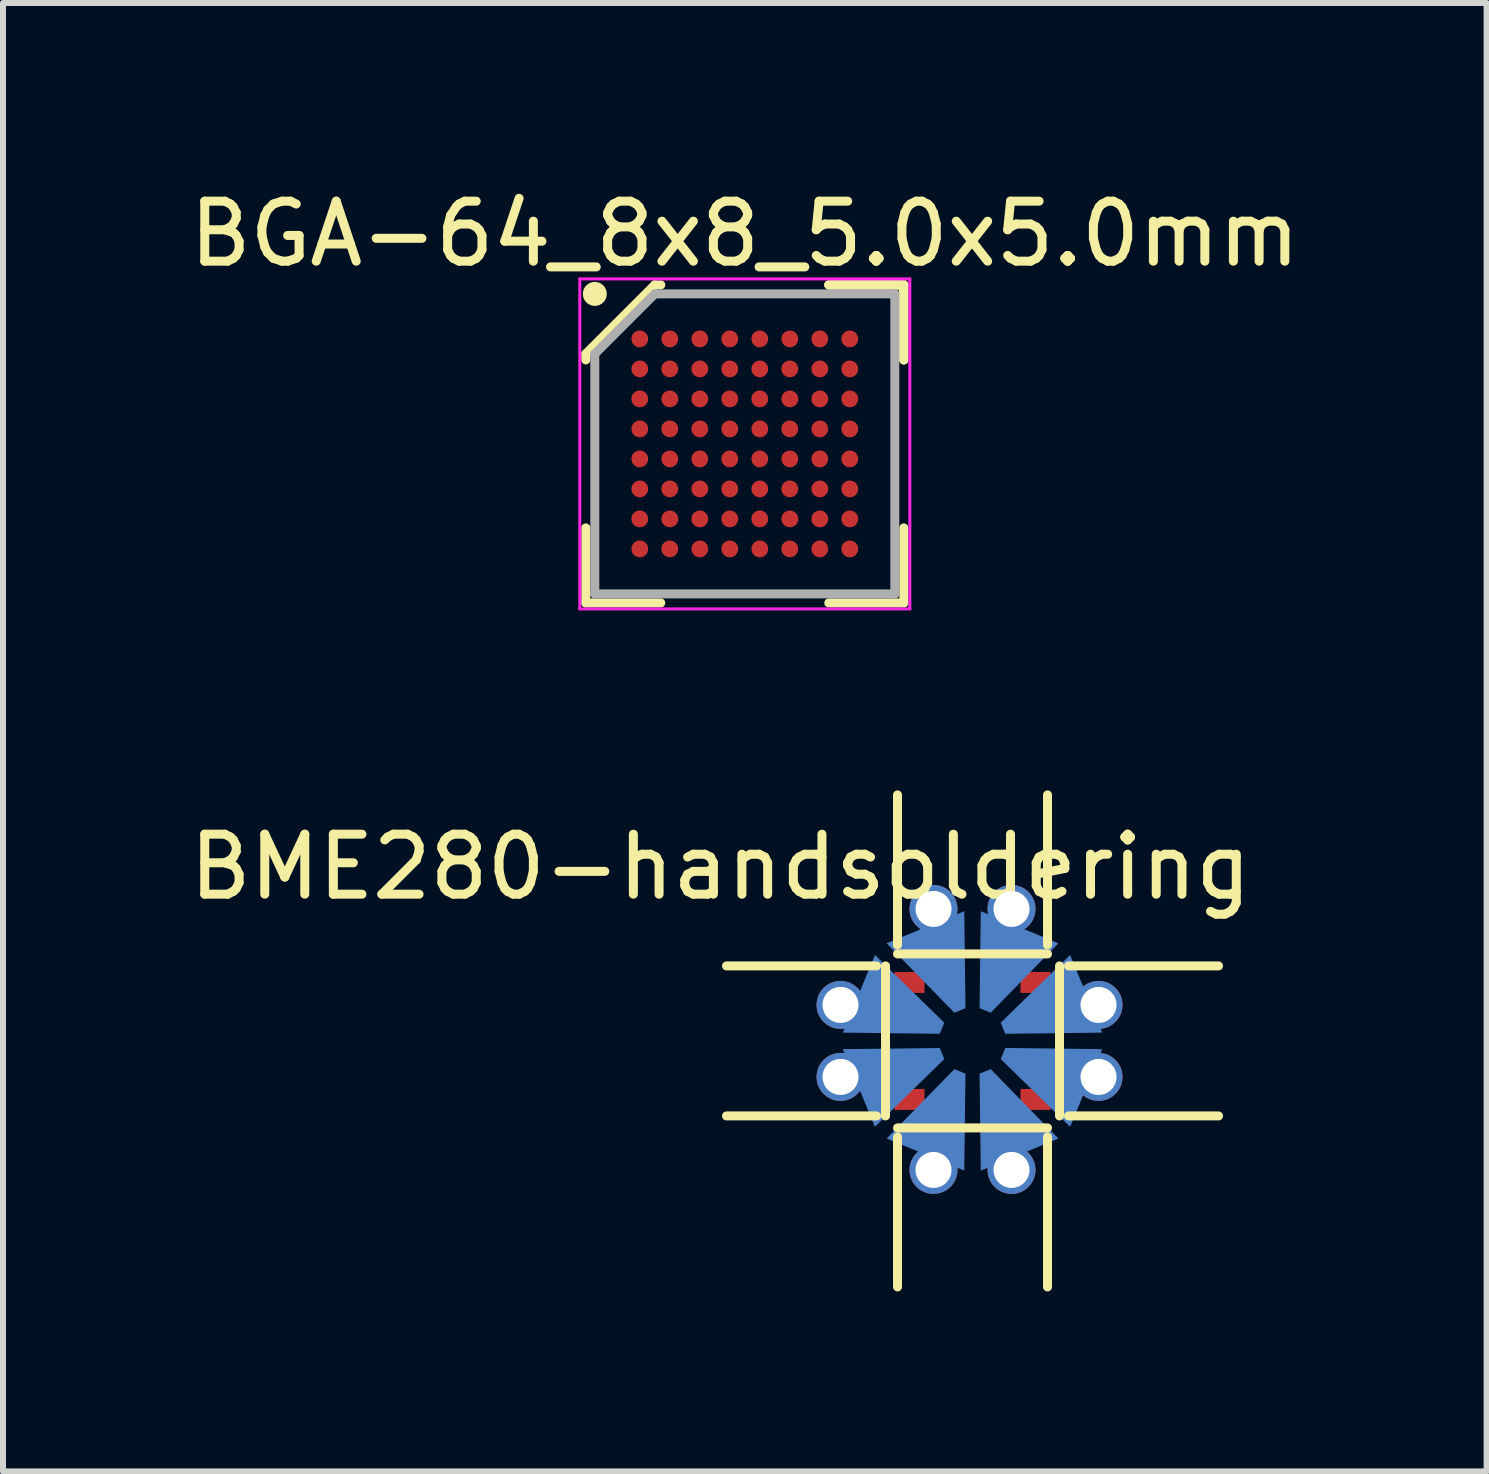
<source format=kicad_pcb>
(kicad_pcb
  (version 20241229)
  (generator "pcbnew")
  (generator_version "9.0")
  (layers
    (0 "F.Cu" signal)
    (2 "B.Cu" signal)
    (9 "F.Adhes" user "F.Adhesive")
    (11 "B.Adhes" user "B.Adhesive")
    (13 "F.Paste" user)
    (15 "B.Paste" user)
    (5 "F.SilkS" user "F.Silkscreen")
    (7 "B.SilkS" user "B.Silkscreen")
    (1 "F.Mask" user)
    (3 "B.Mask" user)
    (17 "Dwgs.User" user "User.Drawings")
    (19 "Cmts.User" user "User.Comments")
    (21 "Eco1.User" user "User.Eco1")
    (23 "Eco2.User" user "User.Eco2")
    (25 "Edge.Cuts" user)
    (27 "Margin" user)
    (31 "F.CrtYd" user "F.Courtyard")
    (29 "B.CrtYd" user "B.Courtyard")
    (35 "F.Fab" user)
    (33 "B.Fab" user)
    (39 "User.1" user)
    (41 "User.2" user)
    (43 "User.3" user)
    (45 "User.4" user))
  (footprint "BGA-64_8x8_5.0x5.0mm"
    (layer "F.Cu")
    (at 9.363 4.348)
    (property "Reference" "BGA-64_8x8_5.0x5.0mm" (at 0 -3.5 0) (layer "F.SilkS") (effects (font (size 1 1) (thickness 0.15))))
    (attr smd)
    (fp_line (start -2.65 -1.5) (end -2.65 -1.4) (stroke (width 0.15) (type solid)) (layer "F.SilkS"))
    (fp_line (start -2.65 2.65) (end -2.65 1.4) (stroke (width 0.15) (type solid)) (layer "F.SilkS"))
    (fp_line (start -1.5 -2.65) (end -2.65 -1.5) (stroke (width 0.15) (type solid)) (layer "F.SilkS"))
    (fp_line (start -1.4 -2.65) (end -1.5 -2.65) (stroke (width 0.15) (type solid)) (layer "F.SilkS"))
    (fp_line (start -1.4 2.65) (end -2.65 2.65) (stroke (width 0.15) (type solid)) (layer "F.SilkS"))
    (fp_line (start 1.4 -2.65) (end 2.65 -2.65) (stroke (width 0.15) (type solid)) (layer "F.SilkS"))
    (fp_line (start 1.4 -2.65) (end 2.65 -2.65) (stroke (width 0.15) (type solid)) (layer "F.SilkS"))
    (fp_line (start 1.4 -2.65) (end 2.65 -2.65) (stroke (width 0.15) (type solid)) (layer "F.SilkS"))
    (fp_line (start 1.4 2.65) (end 2.65 2.65) (stroke (width 0.15) (type solid)) (layer "F.SilkS"))
    (fp_line (start 2.65 -2.65) (end 2.65 -1.4) (stroke (width 0.15) (type solid)) (layer "F.SilkS"))
    (fp_line (start 2.65 -2.65) (end 2.65 -1.4) (stroke (width 0.15) (type solid)) (layer "F.SilkS"))
    (fp_line (start 2.65 -2.65) (end 2.65 -1.4) (stroke (width 0.15) (type solid)) (layer "F.SilkS"))
    (fp_line (start 2.65 2.65) (end 2.65 1.4) (stroke (width 0.15) (type solid)) (layer "F.SilkS"))
    (fp_circle (center -2.5 -2.5) (end -2.5 -2.4) (stroke (width 0.2) (type solid)) (fill no) (layer "F.SilkS"))
    (fp_line (start -2.75 -2.75) (end 2.75 -2.75) (stroke (width 0.05) (type solid)) (layer "F.CrtYd"))
    (fp_line (start -2.75 2.75) (end -2.75 -2.75) (stroke (width 0.05) (type solid)) (layer "F.CrtYd"))
    (fp_line (start 2.75 -2.75) (end 2.75 2.75) (stroke (width 0.05) (type solid)) (layer "F.CrtYd"))
    (fp_line (start 2.75 2.75) (end -2.75 2.75) (stroke (width 0.05) (type solid)) (layer "F.CrtYd"))
    (fp_line (start -2.5 -1.5) (end -2.5 2.5) (stroke (width 0.15) (type solid)) (layer "F.Fab"))
    (fp_line (start -2.5 2.5) (end 2.5 2.5) (stroke (width 0.15) (type solid)) (layer "F.Fab"))
    (fp_line (start -1.5 -2.5) (end -2.5 -1.5) (stroke (width 0.15) (type solid)) (layer "F.Fab"))
    (fp_line (start 2.5 -2.5) (end -1.5 -2.5) (stroke (width 0.15) (type solid)) (layer "F.Fab"))
    (fp_line (start 2.5 2.5) (end 2.5 -2.5) (stroke (width 0.15) (type solid)) (layer "F.Fab"))
    (pad "A1" smd circle (at -1.75 -1.75) (size 0.28 0.28) (layers "F.Cu" "F.Mask" "F.Paste"))
    (pad "A2" smd circle (at -1.25 -1.75) (size 0.28 0.28) (layers "F.Cu" "F.Mask" "F.Paste"))
    (pad "A3" smd circle (at -0.75 -1.75) (size 0.28 0.28) (layers "F.Cu" "F.Mask" "F.Paste"))
    (pad "A4" smd circle (at -0.25 -1.75) (size 0.28 0.28) (layers "F.Cu" "F.Mask" "F.Paste"))
    (pad "A5" smd circle (at 0.25 -1.75) (size 0.28 0.28) (layers "F.Cu" "F.Mask" "F.Paste"))
    (pad "A6" smd circle (at 0.75 -1.75) (size 0.28 0.28) (layers "F.Cu" "F.Mask" "F.Paste"))
    (pad "A7" smd circle (at 1.25 -1.75) (size 0.28 0.28) (layers "F.Cu" "F.Mask" "F.Paste"))
    (pad "A8" smd circle (at 1.75 -1.75) (size 0.28 0.28) (layers "F.Cu" "F.Mask" "F.Paste"))
    (pad "B1" smd circle (at -1.75 -1.25) (size 0.28 0.28) (layers "F.Cu" "F.Mask" "F.Paste"))
    (pad "B2" smd circle (at -1.25 -1.25) (size 0.28 0.28) (layers "F.Cu" "F.Mask" "F.Paste"))
    (pad "B3" smd circle (at -0.75 -1.25) (size 0.28 0.28) (layers "F.Cu" "F.Mask" "F.Paste"))
    (pad "B4" smd circle (at -0.25 -1.25) (size 0.28 0.28) (layers "F.Cu" "F.Mask" "F.Paste"))
    (pad "B5" smd circle (at 0.25 -1.25) (size 0.28 0.28) (layers "F.Cu" "F.Mask" "F.Paste"))
    (pad "B6" smd circle (at 0.75 -1.25) (size 0.28 0.28) (layers "F.Cu" "F.Mask" "F.Paste"))
    (pad "B7" smd circle (at 1.25 -1.25) (size 0.28 0.28) (layers "F.Cu" "F.Mask" "F.Paste"))
    (pad "B8" smd circle (at 1.75 -1.25) (size 0.28 0.28) (layers "F.Cu" "F.Mask" "F.Paste"))
    (pad "C1" smd circle (at -1.75 -0.75) (size 0.28 0.28) (layers "F.Cu" "F.Mask" "F.Paste"))
    (pad "C2" smd circle (at -1.25 -0.75) (size 0.28 0.28) (layers "F.Cu" "F.Mask" "F.Paste"))
    (pad "C3" smd circle (at -0.75 -0.75) (size 0.28 0.28) (layers "F.Cu" "F.Mask" "F.Paste"))
    (pad "C4" smd circle (at -0.25 -0.75) (size 0.28 0.28) (layers "F.Cu" "F.Mask" "F.Paste"))
    (pad "C5" smd circle (at 0.25 -0.75) (size 0.28 0.28) (layers "F.Cu" "F.Mask" "F.Paste"))
    (pad "C6" smd circle (at 0.75 -0.75) (size 0.28 0.28) (layers "F.Cu" "F.Mask" "F.Paste"))
    (pad "C7" smd circle (at 1.25 -0.75) (size 0.28 0.28) (layers "F.Cu" "F.Mask" "F.Paste"))
    (pad "C8" smd circle (at 1.75 -0.75) (size 0.28 0.28) (layers "F.Cu" "F.Mask" "F.Paste"))
    (pad "D1" smd circle (at -1.75 -0.25) (size 0.28 0.28) (layers "F.Cu" "F.Mask" "F.Paste"))
    (pad "D2" smd circle (at -1.25 -0.25) (size 0.28 0.28) (layers "F.Cu" "F.Mask" "F.Paste"))
    (pad "D3" smd circle (at -0.75 -0.25) (size 0.28 0.28) (layers "F.Cu" "F.Mask" "F.Paste"))
    (pad "D4" smd circle (at -0.25 -0.25) (size 0.28 0.28) (layers "F.Cu" "F.Mask" "F.Paste"))
    (pad "D5" smd circle (at 0.25 -0.25) (size 0.28 0.28) (layers "F.Cu" "F.Mask" "F.Paste"))
    (pad "D6" smd circle (at 0.75 -0.25) (size 0.28 0.28) (layers "F.Cu" "F.Mask" "F.Paste"))
    (pad "D7" smd circle (at 1.25 -0.25) (size 0.28 0.28) (layers "F.Cu" "F.Mask" "F.Paste"))
    (pad "D8" smd circle (at 1.75 -0.25) (size 0.28 0.28) (layers "F.Cu" "F.Mask" "F.Paste"))
    (pad "E1" smd circle (at -1.75 0.25) (size 0.28 0.28) (layers "F.Cu" "F.Mask" "F.Paste"))
    (pad "E2" smd circle (at -1.25 0.25) (size 0.28 0.28) (layers "F.Cu" "F.Mask" "F.Paste"))
    (pad "E3" smd circle (at -0.75 0.25) (size 0.28 0.28) (layers "F.Cu" "F.Mask" "F.Paste"))
    (pad "E4" smd circle (at -0.25 0.25) (size 0.28 0.28) (layers "F.Cu" "F.Mask" "F.Paste"))
    (pad "E5" smd circle (at 0.25 0.25) (size 0.28 0.28) (layers "F.Cu" "F.Mask" "F.Paste"))
    (pad "E6" smd circle (at 0.75 0.25) (size 0.28 0.28) (layers "F.Cu" "F.Mask" "F.Paste"))
    (pad "E7" smd circle (at 1.25 0.25) (size 0.28 0.28) (layers "F.Cu" "F.Mask" "F.Paste"))
    (pad "E8" smd circle (at 1.75 0.25) (size 0.28 0.28) (layers "F.Cu" "F.Mask" "F.Paste"))
    (pad "F1" smd circle (at -1.75 0.75) (size 0.28 0.28) (layers "F.Cu" "F.Mask" "F.Paste"))
    (pad "F2" smd circle (at -1.25 0.75) (size 0.28 0.28) (layers "F.Cu" "F.Mask" "F.Paste"))
    (pad "F3" smd circle (at -0.75 0.75) (size 0.28 0.28) (layers "F.Cu" "F.Mask" "F.Paste"))
    (pad "F4" smd circle (at -0.25 0.75) (size 0.28 0.28) (layers "F.Cu" "F.Mask" "F.Paste"))
    (pad "F5" smd circle (at 0.25 0.75) (size 0.28 0.28) (layers "F.Cu" "F.Mask" "F.Paste"))
    (pad "F6" smd circle (at 0.75 0.75) (size 0.28 0.28) (layers "F.Cu" "F.Mask" "F.Paste"))
    (pad "F7" smd circle (at 1.25 0.75) (size 0.28 0.28) (layers "F.Cu" "F.Mask" "F.Paste"))
    (pad "F8" smd circle (at 1.75 0.75) (size 0.28 0.28) (layers "F.Cu" "F.Mask" "F.Paste"))
    (pad "G1" smd circle (at -1.75 1.25) (size 0.28 0.28) (layers "F.Cu" "F.Mask" "F.Paste"))
    (pad "G2" smd circle (at -1.25 1.25) (size 0.28 0.28) (layers "F.Cu" "F.Mask" "F.Paste"))
    (pad "G3" smd circle (at -0.75 1.25) (size 0.28 0.28) (layers "F.Cu" "F.Mask" "F.Paste"))
    (pad "G4" smd circle (at -0.25 1.25) (size 0.28 0.28) (layers "F.Cu" "F.Mask" "F.Paste"))
    (pad "G5" smd circle (at 0.25 1.25) (size 0.28 0.28) (layers "F.Cu" "F.Mask" "F.Paste"))
    (pad "G6" smd circle (at 0.75 1.25) (size 0.28 0.28) (layers "F.Cu" "F.Mask" "F.Paste"))
    (pad "G7" smd circle (at 1.25 1.25) (size 0.28 0.28) (layers "F.Cu" "F.Mask" "F.Paste"))
    (pad "G8" smd circle (at 1.75 1.25) (size 0.28 0.28) (layers "F.Cu" "F.Mask" "F.Paste"))
    (pad "H1" smd circle (at -1.75 1.75) (size 0.28 0.28) (layers "F.Cu" "F.Mask" "F.Paste"))
    (pad "H2" smd circle (at -1.25 1.75) (size 0.28 0.28) (layers "F.Cu" "F.Mask" "F.Paste"))
    (pad "H3" smd circle (at -0.75 1.75) (size 0.28 0.28) (layers "F.Cu" "F.Mask" "F.Paste"))
    (pad "H4" smd circle (at -0.25 1.75) (size 0.28 0.28) (layers "F.Cu" "F.Mask" "F.Paste"))
    (pad "H5" smd circle (at 0.25 1.75) (size 0.28 0.28) (layers "F.Cu" "F.Mask" "F.Paste"))
    (pad "H6" smd circle (at 0.75 1.75) (size 0.28 0.28) (layers "F.Cu" "F.Mask" "F.Paste"))
    (pad "H7" smd circle (at 1.25 1.75) (size 0.28 0.28) (layers "F.Cu" "F.Mask" "F.Paste"))
    (pad "H8" smd circle (at 1.75 1.75) (size 0.28 0.28) (layers "F.Cu" "F.Mask" "F.Paste")))
  (footprint "BME280-handsoldering"
    (layer "F.Cu")
    (at 13.158 14.298)
    (property "Reference" "BME280-handsoldering" (at -4.2 -2.9 0) (layer "F.SilkS") (effects (font (size 1 1) (thickness 0.15))))
    (attr through_hole)
    (fp_line (start -4.1 -1.25) (end -1.6 -1.25) (stroke (width 0.15) (type solid)) (layer "F.SilkS"))
    (fp_line (start -4.1 1.25) (end -1.6 1.25) (stroke (width 0.15) (type solid)) (layer "F.SilkS"))
    (fp_line (start -1.45 1.25) (end -1.45 -1.25) (stroke (width 0.15) (type solid)) (layer "F.SilkS"))
    (fp_line (start -1.25 -4.1) (end -1.25 -1.6) (stroke (width 0.15) (type solid)) (layer "F.SilkS"))
    (fp_line (start -1.25 -1.45) (end 1.25 -1.45) (stroke (width 0.15) (type solid)) (layer "F.SilkS"))
    (fp_line (start -1.25 1.6) (end -1.25 4.1) (stroke (width 0.15) (type solid)) (layer "F.SilkS"))
    (fp_line (start 1.25 -4.1) (end 1.25 -1.6) (stroke (width 0.15) (type solid)) (layer "F.SilkS"))
    (fp_line (start 1.25 1.45) (end -1.25 1.45) (stroke (width 0.15) (type solid)) (layer "F.SilkS"))
    (fp_line (start 1.25 1.6) (end 1.25 4.1) (stroke (width 0.15) (type solid)) (layer "F.SilkS"))
    (fp_line (start 1.45 -1.25) (end 1.45 1.25) (stroke (width 0.15) (type solid)) (layer "F.SilkS"))
    (fp_line (start 1.6 -1.25) (end 4.1 -1.25) (stroke (width 0.15) (type solid)) (layer "F.SilkS"))
    (fp_line (start 1.6 1.25) (end 4.1 1.25) (stroke (width 0.15) (type solid)) (layer "F.SilkS"))
    (pad "1" smd trapezoid (at 0.497 -1.201 337.5) (size 0.8 1.5) (rect_delta 0 -0.6) (layers "B.Cu" "B.Mask" "B.Paste"))
    (pad "1" thru_hole circle (at 0.65 -2.2) (size 0.8 0.8) (drill 0.6) (layers "*.Cu" "*.Mask"))
    (pad "1" smd rect (at 1.05 -0.975) (size 0.5 0.35) (layers "F.Cu" "F.Mask" "F.Paste"))
    (pad "2" smd rect (at 1.05 -0.325) (size 0.5 0.35) (layers "F.Cu" "F.Mask" "F.Paste"))
    (pad "2" smd trapezoid (at 1.201 -0.498 292.5) (size 0.8 1.5) (rect_delta 0 -0.6) (layers "B.Cu" "B.Mask" "B.Paste"))
    (pad "2" thru_hole circle (at 2.1 -0.6) (size 0.8 0.8) (drill 0.6) (layers "*.Cu" "*.Mask"))
    (pad "3" smd rect (at 1.05 0.325) (size 0.5 0.35) (layers "F.Cu" "F.Mask" "F.Paste"))
    (pad "3" smd trapezoid (at 1.201 0.497 247.5) (size 0.8 1.5) (rect_delta 0 -0.6) (layers "B.Cu" "B.Mask" "B.Paste"))
    (pad "3" thru_hole circle (at 2.1 0.6) (size 0.8 0.8) (drill 0.6) (layers "*.Cu" "*.Mask"))
    (pad "4" smd trapezoid (at 0.497 1.201 202.5) (size 0.8 1.5) (rect_delta 0 -0.6) (layers "B.Cu" "B.Mask" "B.Paste"))
    (pad "4" thru_hole circle (at 0.65 2.15) (size 0.8 0.8) (drill 0.6) (layers "*.Cu" "*.Mask"))
    (pad "4" smd rect (at 1.05 0.975) (size 0.5 0.35) (layers "F.Cu" "F.Mask" "F.Paste"))
    (pad "5" smd rect (at -1.05 0.975) (size 0.5 0.35) (layers "F.Cu" "F.Mask" "F.Paste"))
    (pad "5" thru_hole circle (at -0.65 2.15) (size 0.8 0.8) (drill 0.6) (layers "*.Cu" "*.Mask"))
    (pad "5" smd trapezoid (at -0.497 1.201 157.5) (size 0.8 1.5) (rect_delta 0 -0.6) (layers "B.Cu" "B.Mask" "B.Paste"))
    (pad "6" thru_hole circle (at -2.2 0.6) (size 0.8 0.8) (drill 0.6) (layers "*.Cu" "*.Mask"))
    (pad "6" smd trapezoid (at -1.201 0.497 112.5) (size 0.8 1.5) (rect_delta 0 -0.6) (layers "B.Cu" "B.Mask" "B.Paste"))
    (pad "6" smd rect (at -1.05 0.325) (size 0.5 0.35) (layers "F.Cu" "F.Mask" "F.Paste"))
    (pad "7" thru_hole circle (at -2.2 -0.6) (size 0.8 0.8) (drill 0.6) (layers "*.Cu" "*.Mask"))
    (pad "7" smd trapezoid (at -1.201 -0.498 67.5) (size 0.8 1.5) (rect_delta 0 -0.6) (layers "B.Cu" "B.Mask" "B.Paste"))
    (pad "7" smd rect (at -1.05 -0.325) (size 0.5 0.35) (layers "F.Cu" "F.Mask" "F.Paste"))
    (pad "8" smd rect (at -1.05 -0.975) (size 0.5 0.35) (layers "F.Cu" "F.Mask" "F.Paste"))
    (pad "8" thru_hole circle (at -0.65 -2.2) (size 0.8 0.8) (drill 0.6) (layers "*.Cu" "*.Mask"))
    (pad "8" smd trapezoid (at -0.497 -1.201 22.5) (size 0.8 1.5) (rect_delta 0 -0.6) (layers "B.Cu" "B.Mask" "B.Paste")))
  (gr_rect
    (start -3 -3)
    (end 21.726 21.473)
    (stroke (width 0.1) (type default))
    (fill no)
    (layer "Edge.Cuts")))
</source>
